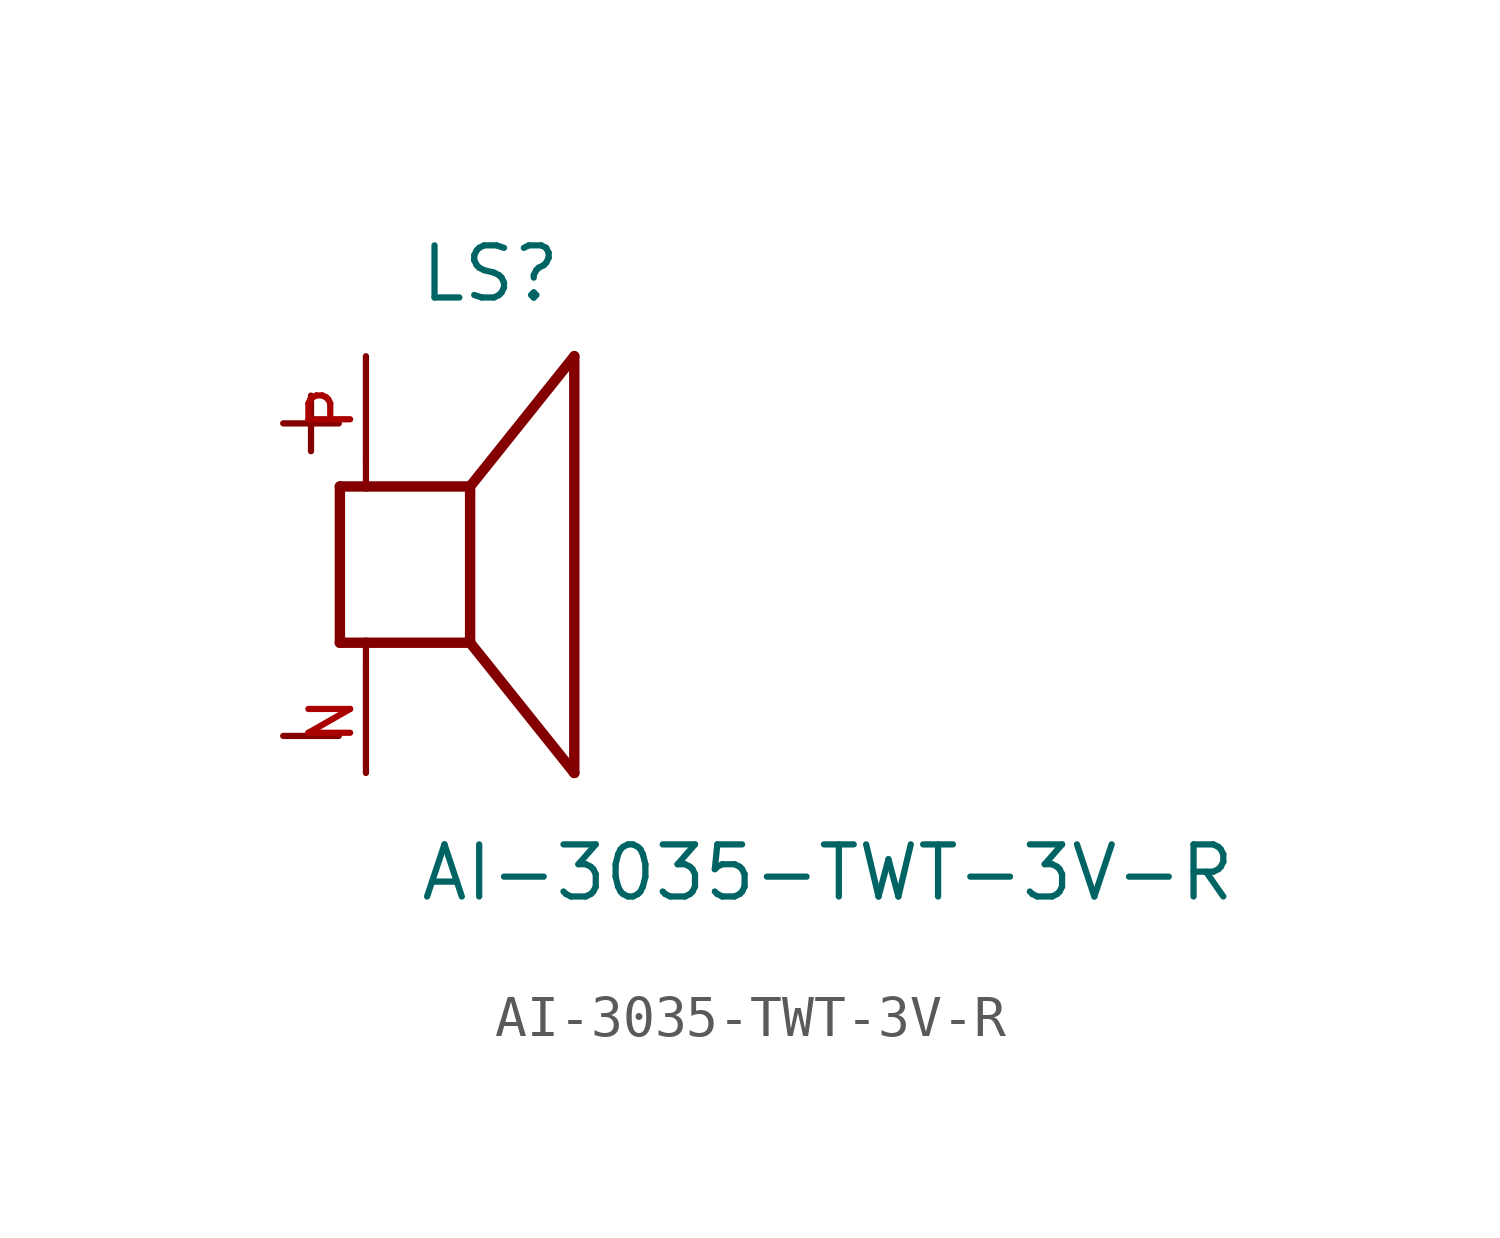
<source format=kicad_sym>
(kicad_symbol_lib
  (version 20211014)
  (generator kicad_symbol_editor)
  (symbol "AI-3035-TWT-3V-R"
    (pin_names
      (offset 1.016))
    (property "Reference" "LS"
      (at -1.27 6.35 0)
      (effects (font (size 1.27 1.27)) (justify bottom left)))
    (property "Value" "AI-3035-TWT-3V-R"
      (at -1.27 -8.255 0)
      (effects (font (size 1.27 1.27)) (justify bottom left)))
    (symbol "AI-3035-TWT-3V-R_0_0"
      (polyline (pts (xy -3.175 1.905) (xy -3.175 -1.905)) (stroke (width 0.254)))
      (polyline (pts (xy -3.175 -1.905) (xy -2.54 -1.905)) (stroke (width 0.254)))
      (polyline (pts (xy 0.0 -1.905) (xy 0.0 1.905)) (stroke (width 0.254)))
      (polyline (pts (xy -3.175 1.905) (xy -2.54 1.905)) (stroke (width 0.254)))
      (polyline (pts (xy 0.0 -1.905) (xy 2.54 -5.08)) (stroke (width 0.254)))
      (polyline (pts (xy 2.54 -5.08) (xy 2.54 5.08)) (stroke (width 0.254)))
      (polyline (pts (xy 0.0 1.905) (xy 2.54 5.08)) (stroke (width 0.254)))
      (polyline (pts (xy -2.54 -2.54) (xy -2.54 -1.905)) (stroke (width 0.152)))
      (polyline (pts (xy -2.54 -1.905) (xy 0.0 -1.905)) (stroke (width 0.254)))
      (polyline (pts (xy -2.54 2.54) (xy -2.54 1.905)) (stroke (width 0.152)))
      (polyline (pts (xy -2.54 1.905) (xy 0.0 1.905)) (stroke (width 0.254)))
      (text "+" (at -5.08 2.54 0) (effects (font (size 1.778 1.778)) (justify bottom left)))
      (text "-" (at -5.08 -5.08 0) (effects (font (size 1.778 1.778)) (justify bottom left)))
      (pin passive line (at -2.54 -5.08 90.0) (length 2.54) (name "~" (effects (font (size 1.016 1.016)))) (number "N" (effects (font (size 1.016 1.016)))))
      (pin passive line (at -2.54 5.08 270.0) (length 2.54) (name "~" (effects (font (size 1.016 1.016)))) (number "P" (effects (font (size 1.016 1.016))))))))
</source>
